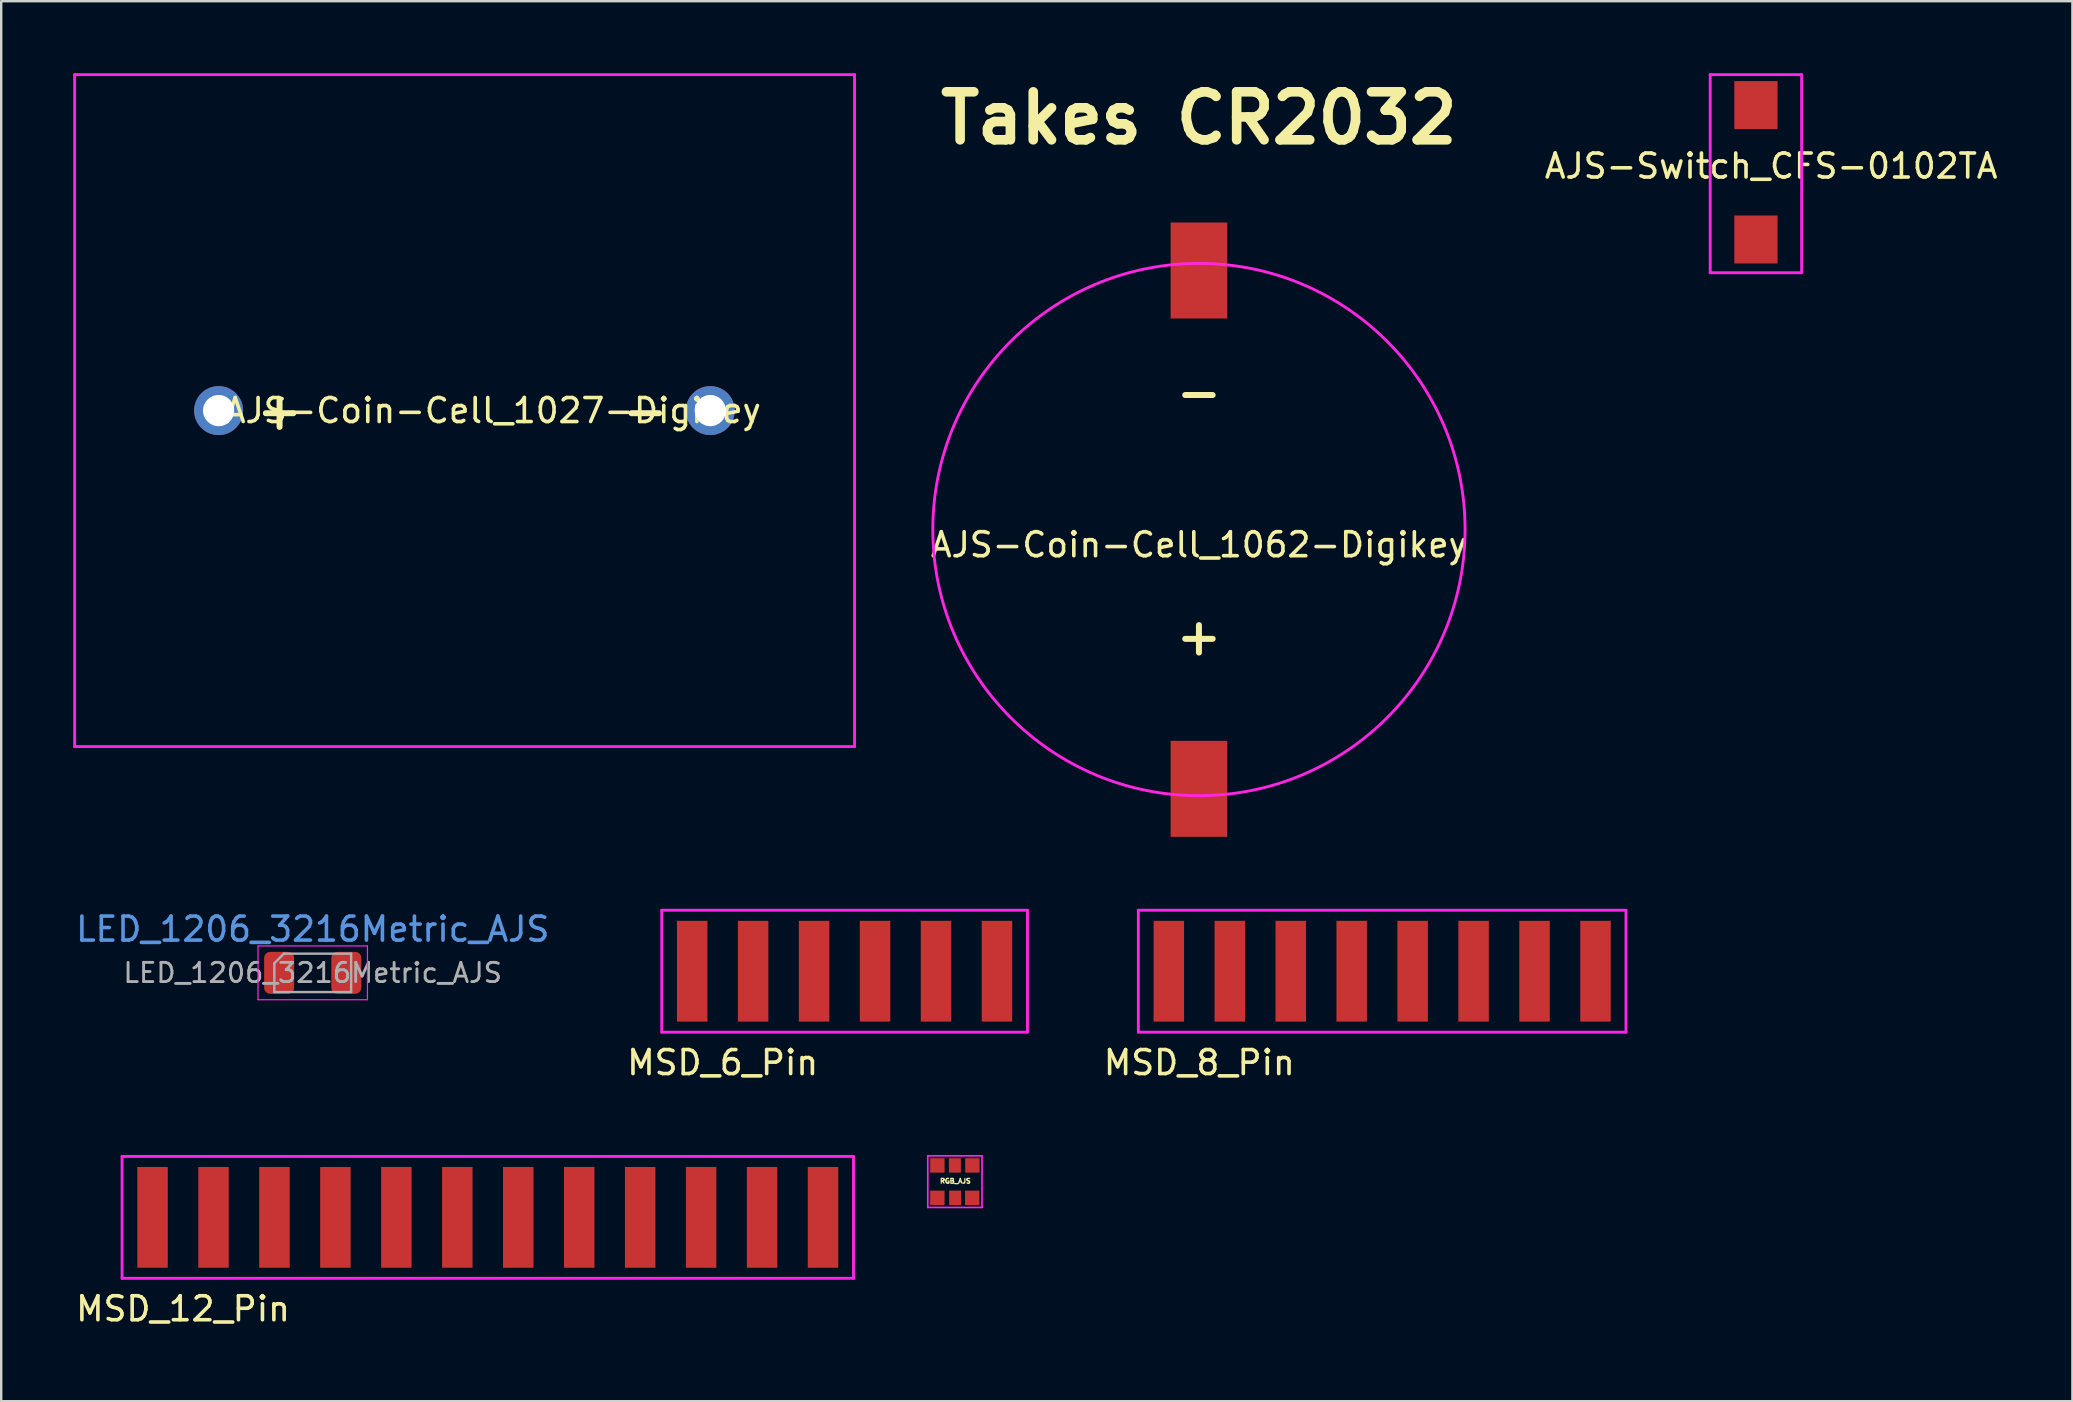
<source format=kicad_pcb>
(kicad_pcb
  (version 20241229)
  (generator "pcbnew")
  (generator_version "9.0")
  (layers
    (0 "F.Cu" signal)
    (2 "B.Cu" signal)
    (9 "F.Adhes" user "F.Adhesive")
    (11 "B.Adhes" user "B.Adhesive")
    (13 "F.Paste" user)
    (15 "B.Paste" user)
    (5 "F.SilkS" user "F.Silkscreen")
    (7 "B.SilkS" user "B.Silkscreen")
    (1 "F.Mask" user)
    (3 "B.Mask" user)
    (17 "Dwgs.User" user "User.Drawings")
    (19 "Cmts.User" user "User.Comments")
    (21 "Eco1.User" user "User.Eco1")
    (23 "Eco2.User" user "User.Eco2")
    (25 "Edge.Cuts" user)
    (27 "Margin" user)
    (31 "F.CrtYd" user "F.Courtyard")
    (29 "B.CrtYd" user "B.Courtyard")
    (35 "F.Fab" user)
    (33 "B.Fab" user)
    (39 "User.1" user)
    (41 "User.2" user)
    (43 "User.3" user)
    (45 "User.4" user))
  (footprint "MSD_8_Pin"
    (layer "F.Cu")
    (at 45.657 37.422)
    (property "Reference" "MSD_8_Pin" (at 1.27 3.81 0) (layer "F.SilkS") (effects (font (size 1 1) (thickness 0.15))))
    (attr through_hole)
    (fp_line (start -1.27 -2.54) (end 19.05 -2.54) (stroke (width 0.12) (type solid)) (layer "F.CrtYd"))
    (fp_line (start -1.27 2.54) (end -1.27 -2.54) (stroke (width 0.12) (type solid)) (layer "F.CrtYd"))
    (fp_line (start 19.05 -2.54) (end 19.05 2.54) (stroke (width 0.12) (type solid)) (layer "F.CrtYd"))
    (fp_line (start 19.05 2.54) (end -1.27 2.54) (stroke (width 0.12) (type solid)) (layer "F.CrtYd"))
    (pad "1" smd rect (at 0 0) (size 1.27 4.2) (layers "F.Cu" "F.Mask" "F.Paste"))
    (pad "2" smd rect (at 2.54 0) (size 1.27 4.2) (layers "F.Cu" "F.Mask" "F.Paste"))
    (pad "3" smd rect (at 5.08 0) (size 1.27 4.2) (layers "F.Cu" "F.Mask" "F.Paste"))
    (pad "4" smd rect (at 7.62 0) (size 1.27 4.2) (layers "F.Cu" "F.Mask" "F.Paste"))
    (pad "5" smd rect (at 10.16 0) (size 1.27 4.2) (layers "F.Cu" "F.Mask" "F.Paste"))
    (pad "6" smd rect (at 12.7 0) (size 1.27 4.2) (layers "F.Cu" "F.Mask" "F.Paste"))
    (pad "7" smd rect (at 15.24 0) (size 1.27 4.2) (layers "F.Cu" "F.Mask" "F.Paste"))
    (pad "8" smd rect (at 17.78 0) (size 1.27 4.2) (layers "F.Cu" "F.Mask" "F.Paste")))
  (footprint "LED_1206_3216Metric_AJS"
    (layer "F.Cu")
    (at 9.982 37.49)
    (property "Reference" "LED_1206_3216Metric_AJS" (at 0 -1.82 0) (layer "Cmts.User") (effects (font (size 1 1) (thickness 0.15))))
    (attr smd)
    (fp_line (start -2.28 -1.12) (end 2.28 -1.12) (stroke (width 0.05) (type solid)) (layer "F.CrtYd"))
    (fp_line (start -2.28 1.12) (end -2.28 -1.12) (stroke (width 0.05) (type solid)) (layer "F.CrtYd"))
    (fp_line (start 2.28 -1.12) (end 2.28 1.12) (stroke (width 0.05) (type solid)) (layer "F.CrtYd"))
    (fp_line (start 2.28 1.12) (end -2.28 1.12) (stroke (width 0.05) (type solid)) (layer "F.CrtYd"))
    (fp_line (start -1.6 -0.4) (end -1.6 0.8) (stroke (width 0.1) (type solid)) (layer "F.Fab"))
    (fp_line (start -1.6 0.8) (end 1.6 0.8) (stroke (width 0.1) (type solid)) (layer "F.Fab"))
    (fp_line (start -1.2 -0.8) (end -1.6 -0.4) (stroke (width 0.1) (type solid)) (layer "F.Fab"))
    (fp_line (start 1.6 -0.8) (end -1.2 -0.8) (stroke (width 0.1) (type solid)) (layer "F.Fab"))
    (fp_line (start 1.6 0.8) (end 1.6 -0.8) (stroke (width 0.1) (type solid)) (layer "F.Fab"))
    (fp_text user "${REFERENCE}" (at 0 0 0) (layer "F.Fab") (effects (font (size 0.8 0.8) (thickness 0.12))))
    (pad "1" smd roundrect (at -1.4 0) (size 1.25 1.75) (layers "F.Cu" "F.Mask" "F.Paste") (roundrect_rratio 0.2))
    (pad "2" smd roundrect (at 1.4 0) (size 1.25 1.75) (layers "F.Cu" "F.Mask" "F.Paste") (roundrect_rratio 0.2)))
  (footprint "AJS-Switch_CFS-0102TA"
    (layer "F.Cu")
    (at 70.122 1.33)
    (property "Reference" "AJS-Switch_CFS-0102TA" (at 0.635 2.54 0) (layer "F.SilkS") (effects (font (size 1 1) (thickness 0.15))))
    (attr through_hole)
    (fp_line (start -1.905 -1.27) (end 1.905 -1.27) (stroke (width 0.12) (type solid)) (layer "F.CrtYd"))
    (fp_line (start -1.905 6.985) (end -1.905 -1.27) (stroke (width 0.12) (type solid)) (layer "F.CrtYd"))
    (fp_line (start 1.905 -1.27) (end 1.905 6.985) (stroke (width 0.12) (type solid)) (layer "F.CrtYd"))
    (fp_line (start 1.905 6.985) (end -1.905 6.985) (stroke (width 0.12) (type solid)) (layer "F.CrtYd"))
    (pad "1" smd rect (at 0 0) (size 1.8 2) (layers "F.Cu" "F.Mask" "F.Paste"))
    (pad "2" smd rect (at 0 5.6) (size 1.8 2) (layers "F.Cu" "F.Mask" "F.Paste")))
  (footprint "AJS-Coin-Cell_1062-Digikey"
    (layer "F.Cu")
    (at 46.912 8.222)
    (property "Reference" "AJS-Coin-Cell_1062-Digikey" (at 0 11.43 0) (layer "F.SilkS") (effects (font (size 1 1) (thickness 0.15))))
    (attr through_hole)
    (fp_circle (center 0 10.795) (end 4.445 0.635) (stroke (width 0.12) (type solid)) (fill no) (layer "F.CrtYd"))
    (fp_text user "Takes CR2032" (at 0 -6.35 0) (layer "F.SilkS") (effects (font (size 2 2) (thickness 0.4))))
    (fp_text user "+" (at 0 15.24 0) (layer "F.SilkS") (effects (font (size 1.5 1.5) (thickness 0.25))))
    (fp_text user "-" (at 0 5.08 0) (layer "F.SilkS") (effects (font (size 1.5 1.5) (thickness 0.25))))
    (pad "1" smd rect (at 0 21.6) (size 2.36 4) (layers "F.Cu" "F.Mask" "F.Paste"))
    (pad "2" smd rect (at 0 0) (size 2.36 4) (layers "F.Cu" "F.Mask" "F.Paste")))
  (footprint "MSD_6_Pin"
    (layer "F.Cu")
    (at 25.795 37.422)
    (property "Reference" "MSD_6_Pin" (at 1.27 3.81 0) (layer "F.SilkS") (effects (font (size 1 1) (thickness 0.15))))
    (attr through_hole)
    (fp_line (start -1.27 -2.54) (end 13.97 -2.54) (stroke (width 0.12) (type solid)) (layer "F.CrtYd"))
    (fp_line (start -1.27 2.54) (end -1.27 -2.54) (stroke (width 0.12) (type solid)) (layer "F.CrtYd"))
    (fp_line (start 13.97 -2.54) (end 13.97 2.54) (stroke (width 0.12) (type solid)) (layer "F.CrtYd"))
    (fp_line (start 13.97 2.54) (end -1.27 2.54) (stroke (width 0.12) (type solid)) (layer "F.CrtYd"))
    (pad "1" smd rect (at 0 0) (size 1.27 4.2) (layers "F.Cu" "F.Mask" "F.Paste"))
    (pad "2" smd rect (at 2.54 0) (size 1.27 4.2) (layers "F.Cu" "F.Mask" "F.Paste"))
    (pad "3" smd rect (at 5.08 0) (size 1.27 4.2) (layers "F.Cu" "F.Mask" "F.Paste"))
    (pad "4" smd rect (at 7.62 0) (size 1.27 4.2) (layers "F.Cu" "F.Mask" "F.Paste"))
    (pad "5" smd rect (at 10.16 0) (size 1.27 4.2) (layers "F.Cu" "F.Mask" "F.Paste"))
    (pad "6" smd rect (at 12.7 0) (size 1.27 4.2) (layers "F.Cu" "F.Mask" "F.Paste")))
  (footprint "AJS-Coin-Cell_1027-Digikey"
    (layer "F.Cu")
    (at 6.06 14.06)
    (property "Reference" "AJS-Coin-Cell_1027-Digikey" (at 11.43 0 0) (layer "F.SilkS") (effects (font (size 1 1) (thickness 0.15))))
    (attr through_hole)
    (fp_line (start -6 -14) (end 26.5 -14) (stroke (width 0.12) (type solid)) (layer "F.CrtYd"))
    (fp_line (start -6 14) (end -6 -14) (stroke (width 0.12) (type solid)) (layer "F.CrtYd"))
    (fp_line (start 26.5 -14) (end 26.5 14) (stroke (width 0.12) (type solid)) (layer "F.CrtYd"))
    (fp_line (start 26.5 14) (end -6 14) (stroke (width 0.12) (type solid)) (layer "F.CrtYd"))
    (fp_text user "+" (at 2.54 0 0) (layer "F.SilkS") (effects (font (size 1.5 1.5) (thickness 0.25))))
    (fp_text user "-" (at 17.78 0 0) (layer "F.SilkS") (effects (font (size 1.5 1.5) (thickness 0.25))))
    (pad "1" thru_hole circle (at 0 0) (size 2.04 2.04) (drill 1.3) (layers "*.Cu" "*.Mask"))
    (pad "2" thru_hole circle (at 20.49 0) (size 2.04 2.04) (drill 1.3) (layers "*.Cu" "*.Mask")))
  (footprint "MSD_12_Pin"
    (layer "F.Cu")
    (at 3.307 47.68)
    (property "Reference" "MSD_12_Pin" (at 1.27 3.81 0) (layer "F.SilkS") (effects (font (size 1 1) (thickness 0.15))))
    (attr through_hole)
    (fp_line (start -1.27 -2.54) (end 29.21 -2.54) (stroke (width 0.12) (type solid)) (layer "F.CrtYd"))
    (fp_line (start -1.27 2.54) (end -1.27 -2.54) (stroke (width 0.12) (type solid)) (layer "F.CrtYd"))
    (fp_line (start 29.21 -2.54) (end 29.21 2.54) (stroke (width 0.12) (type solid)) (layer "F.CrtYd"))
    (fp_line (start 29.21 2.54) (end -1.27 2.54) (stroke (width 0.12) (type solid)) (layer "F.CrtYd"))
    (pad "1" smd rect (at 0 0) (size 1.27 4.2) (layers "F.Cu" "F.Mask" "F.Paste"))
    (pad "2" smd rect (at 2.54 0) (size 1.27 4.2) (layers "F.Cu" "F.Mask" "F.Paste"))
    (pad "3" smd rect (at 5.08 0) (size 1.27 4.2) (layers "F.Cu" "F.Mask" "F.Paste"))
    (pad "4" smd rect (at 7.62 0) (size 1.27 4.2) (layers "F.Cu" "F.Mask" "F.Paste"))
    (pad "5" smd rect (at 10.16 0) (size 1.27 4.2) (layers "F.Cu" "F.Mask" "F.Paste"))
    (pad "6" smd rect (at 12.7 0) (size 1.27 4.2) (layers "F.Cu" "F.Mask" "F.Paste"))
    (pad "7" smd rect (at 15.24 0) (size 1.27 4.2) (layers "F.Cu" "F.Mask" "F.Paste"))
    (pad "8" smd rect (at 17.78 0) (size 1.27 4.2) (layers "F.Cu" "F.Mask" "F.Paste"))
    (pad "9" smd rect (at 20.32 0) (size 1.27 4.2) (layers "F.Cu" "F.Mask" "F.Paste"))
    (pad "10" smd rect (at 22.86 0) (size 1.27 4.2) (layers "F.Cu" "F.Mask" "F.Paste"))
    (pad "11" smd rect (at 25.4 0) (size 1.27 4.2) (layers "F.Cu" "F.Mask" "F.Paste"))
    (pad "12" smd rect (at 27.94 0) (size 1.27 4.2) (layers "F.Cu" "F.Mask" "F.Paste")))
  (footprint "RGB_AJS"
    (layer "F.Cu")
    (at 36.012 45.515)
    (property "Reference" "RGB_AJS" (at 0.75 0.65 0) (layer "F.SilkS") (effects (font (size 0.2 0.2) (thickness 0.05))))
    (attr through_hole)
    (fp_line (start -0.4 -0.4) (end -0.4 1.75) (stroke (width 0.07) (type solid)) (layer "F.CrtYd"))
    (fp_line (start -0.4 -0.4) (end 1.86 -0.4) (stroke (width 0.07) (type solid)) (layer "F.CrtYd"))
    (fp_line (start -0.4 1.75) (end 1.86 1.75) (stroke (width 0.07) (type solid)) (layer "F.CrtYd"))
    (fp_line (start 1.86 -0.4) (end 1.86 1.75) (stroke (width 0.07) (type solid)) (layer "F.CrtYd"))
    (pad "1" smd rect (at 0 1.35) (size 0.6 0.6) (layers "F.Cu" "F.Mask" "F.Paste"))
    (pad "2" smd rect (at 0.74 1.35) (size 0.5 0.6) (layers "F.Cu" "F.Mask" "F.Paste"))
    (pad "3" smd rect (at 1.45 1.35) (size 0.6 0.6) (layers "F.Cu" "F.Mask" "F.Paste"))
    (pad "4" smd rect (at 1.46 0) (size 0.6 0.6) (layers "F.Cu" "F.Mask" "F.Paste"))
    (pad "5" smd rect (at 0.73 0) (size 0.5 0.6) (layers "F.Cu" "F.Mask" "F.Paste"))
    (pad "6" smd rect (at 0 0) (size 0.6 0.6) (layers "F.Cu" "F.Mask" "F.Paste")))
  (gr_rect
    (start -3 -3)
    (end 83.31 55.339)
    (stroke (width 0.1) (type default))
    (fill no)
    (layer "Edge.Cuts")))
</source>
